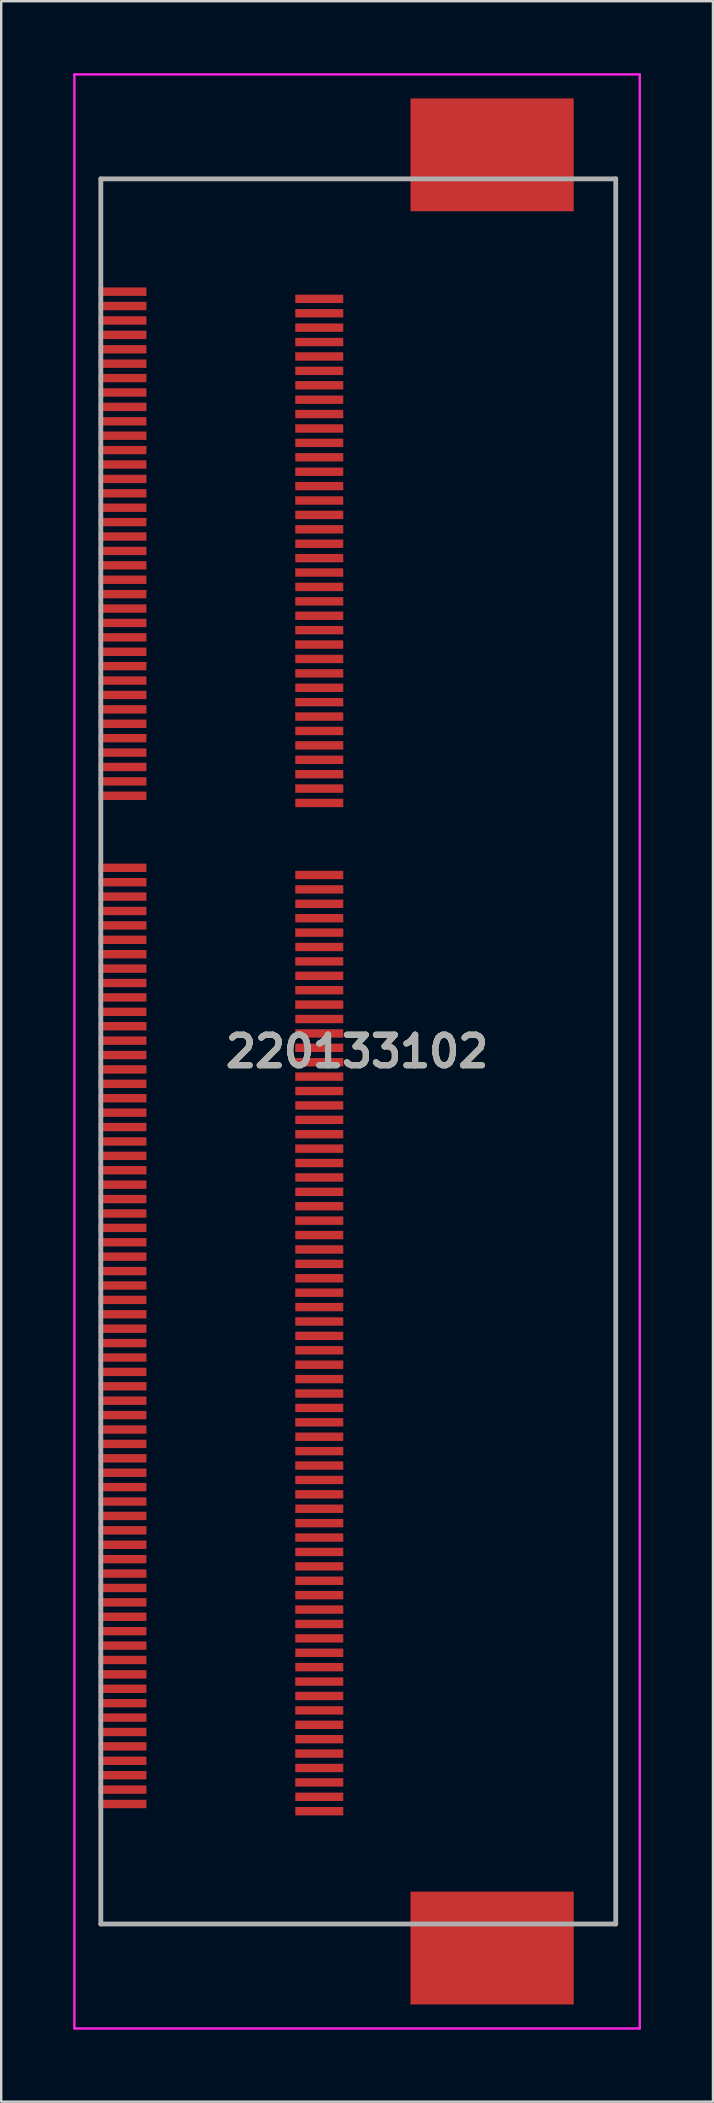
<source format=kicad_pcb>
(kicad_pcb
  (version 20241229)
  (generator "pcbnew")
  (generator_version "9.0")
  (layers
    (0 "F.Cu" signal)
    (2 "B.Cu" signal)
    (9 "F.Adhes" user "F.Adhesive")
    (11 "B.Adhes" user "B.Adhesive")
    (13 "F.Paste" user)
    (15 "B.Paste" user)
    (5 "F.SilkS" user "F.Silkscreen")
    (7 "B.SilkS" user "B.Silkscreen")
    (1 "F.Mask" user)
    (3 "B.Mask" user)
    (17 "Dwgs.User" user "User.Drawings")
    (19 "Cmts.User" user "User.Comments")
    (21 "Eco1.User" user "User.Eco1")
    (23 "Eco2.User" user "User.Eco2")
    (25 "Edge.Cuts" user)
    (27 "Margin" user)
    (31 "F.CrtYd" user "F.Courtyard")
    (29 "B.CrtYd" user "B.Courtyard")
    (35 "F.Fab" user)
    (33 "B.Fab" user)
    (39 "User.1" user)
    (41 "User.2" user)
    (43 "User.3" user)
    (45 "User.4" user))
  (footprint "220133102"
    (layer "F.Cu")
    (at 1.15 40.75)
    (property "Reference" "220133102" (at 10.675 0 0) (layer "F.SilkS") (effects (font (size 1.27 1.27) (thickness 0.254))))
    (attr through_hole)
    (fp_line (start 0 -36.35) (end 12 -36.35) (stroke (width 0.1) (type solid)) (layer "F.SilkS"))
    (fp_line (start 0 -32.5) (end 0 -36.35) (stroke (width 0.1) (type solid)) (layer "F.SilkS"))
    (fp_line (start 0 36.35) (end 0 32.5) (stroke (width 0.1) (type solid)) (layer "F.SilkS"))
    (fp_line (start 12 36.35) (end 0 36.35) (stroke (width 0.1) (type solid)) (layer "F.SilkS"))
    (fp_line (start 20.5 -36.35) (end 21.45 -36.35) (stroke (width 0.1) (type solid)) (layer "F.SilkS"))
    (fp_line (start 21.45 -36.35) (end 21.45 36.35) (stroke (width 0.1) (type solid)) (layer "F.SilkS"))
    (fp_line (start 21.45 36.35) (end 20.5 36.35) (stroke (width 0.1) (type solid)) (layer "F.SilkS"))
    (fp_line (start -1.1 -40.7) (end 22.45 -40.7) (stroke (width 0.1) (type solid)) (layer "F.CrtYd"))
    (fp_line (start -1.1 40.7) (end -1.1 -40.7) (stroke (width 0.1) (type solid)) (layer "F.CrtYd"))
    (fp_line (start 22.45 -40.7) (end 22.45 40.7) (stroke (width 0.1) (type solid)) (layer "F.CrtYd"))
    (fp_line (start 22.45 40.7) (end -1.1 40.7) (stroke (width 0.1) (type solid)) (layer "F.CrtYd"))
    (fp_line (start 0 -36.35) (end 21.45 -36.35) (stroke (width 0.2) (type solid)) (layer "F.Fab"))
    (fp_line (start 0 36.35) (end 0 -36.35) (stroke (width 0.2) (type solid)) (layer "F.Fab"))
    (fp_line (start 21.45 -36.35) (end 21.45 36.35) (stroke (width 0.2) (type solid)) (layer "F.Fab"))
    (fp_line (start 21.45 36.35) (end 0 36.35) (stroke (width 0.2) (type solid)) (layer "F.Fab"))
    (fp_text user "${REFERENCE}" (at 10.675 0 0) (layer "F.Fab") (effects (font (size 1.27 1.27) (thickness 0.254))))
    (pad "" np_thru_hole circle (at 5 -33.4) (size 0.001 0.001) (drill 1.65) (layers "*.Cu" "*.Mask"))
    (pad "" np_thru_hole circle (at 5 33.4) (size 0.001 0.001) (drill 1.65) (layers "*.Cu" "*.Mask"))
    (pad "1" smd rect (at 0.9 -31.65 90) (size 0.35 2) (layers "F.Cu" "F.Mask" "F.Paste"))
    (pad "2" smd rect (at 9.1 -31.35 90) (size 0.35 2) (layers "F.Cu" "F.Mask" "F.Paste"))
    (pad "3" smd rect (at 0.9 -31.05 90) (size 0.35 2) (layers "F.Cu" "F.Mask" "F.Paste"))
    (pad "4" smd rect (at 9.1 -30.75 90) (size 0.35 2) (layers "F.Cu" "F.Mask" "F.Paste"))
    (pad "5" smd rect (at 0.9 -30.45 90) (size 0.35 2) (layers "F.Cu" "F.Mask" "F.Paste"))
    (pad "6" smd rect (at 9.1 -30.15 90) (size 0.35 2) (layers "F.Cu" "F.Mask" "F.Paste"))
    (pad "7" smd rect (at 0.9 -29.85 90) (size 0.35 2) (layers "F.Cu" "F.Mask" "F.Paste"))
    (pad "8" smd rect (at 9.1 -29.55 90) (size 0.35 2) (layers "F.Cu" "F.Mask" "F.Paste"))
    (pad "9" smd rect (at 0.9 -29.25 90) (size 0.35 2) (layers "F.Cu" "F.Mask" "F.Paste"))
    (pad "10" smd rect (at 9.1 -28.95 90) (size 0.35 2) (layers "F.Cu" "F.Mask" "F.Paste"))
    (pad "11" smd rect (at 0.9 -28.65 90) (size 0.35 2) (layers "F.Cu" "F.Mask" "F.Paste"))
    (pad "12" smd rect (at 9.1 -28.35 90) (size 0.35 2) (layers "F.Cu" "F.Mask" "F.Paste"))
    (pad "13" smd rect (at 0.9 -28.05 90) (size 0.35 2) (layers "F.Cu" "F.Mask" "F.Paste"))
    (pad "14" smd rect (at 9.1 -27.75 90) (size 0.35 2) (layers "F.Cu" "F.Mask" "F.Paste"))
    (pad "15" smd rect (at 0.9 -27.45 90) (size 0.35 2) (layers "F.Cu" "F.Mask" "F.Paste"))
    (pad "16" smd rect (at 9.1 -27.15 90) (size 0.35 2) (layers "F.Cu" "F.Mask" "F.Paste"))
    (pad "17" smd rect (at 0.9 -26.85 90) (size 0.35 2) (layers "F.Cu" "F.Mask" "F.Paste"))
    (pad "18" smd rect (at 9.1 -26.55 90) (size 0.35 2) (layers "F.Cu" "F.Mask" "F.Paste"))
    (pad "19" smd rect (at 0.9 -26.25 90) (size 0.35 2) (layers "F.Cu" "F.Mask" "F.Paste"))
    (pad "20" smd rect (at 9.1 -25.95 90) (size 0.35 2) (layers "F.Cu" "F.Mask" "F.Paste"))
    (pad "21" smd rect (at 0.9 -25.65 90) (size 0.35 2) (layers "F.Cu" "F.Mask" "F.Paste"))
    (pad "22" smd rect (at 9.1 -25.35 90) (size 0.35 2) (layers "F.Cu" "F.Mask" "F.Paste"))
    (pad "23" smd rect (at 0.9 -25.05 90) (size 0.35 2) (layers "F.Cu" "F.Mask" "F.Paste"))
    (pad "24" smd rect (at 9.1 -24.75 90) (size 0.35 2) (layers "F.Cu" "F.Mask" "F.Paste"))
    (pad "25" smd rect (at 0.9 -24.45 90) (size 0.35 2) (layers "F.Cu" "F.Mask" "F.Paste"))
    (pad "26" smd rect (at 9.1 -24.15 90) (size 0.35 2) (layers "F.Cu" "F.Mask" "F.Paste"))
    (pad "27" smd rect (at 0.9 -23.85 90) (size 0.35 2) (layers "F.Cu" "F.Mask" "F.Paste"))
    (pad "28" smd rect (at 9.1 -23.55 90) (size 0.35 2) (layers "F.Cu" "F.Mask" "F.Paste"))
    (pad "29" smd rect (at 0.9 -23.25 90) (size 0.35 2) (layers "F.Cu" "F.Mask" "F.Paste"))
    (pad "30" smd rect (at 9.1 -22.95 90) (size 0.35 2) (layers "F.Cu" "F.Mask" "F.Paste"))
    (pad "31" smd rect (at 0.9 -22.65 90) (size 0.35 2) (layers "F.Cu" "F.Mask" "F.Paste"))
    (pad "32" smd rect (at 9.1 -22.35 90) (size 0.35 2) (layers "F.Cu" "F.Mask" "F.Paste"))
    (pad "33" smd rect (at 0.9 -22.05 90) (size 0.35 2) (layers "F.Cu" "F.Mask" "F.Paste"))
    (pad "34" smd rect (at 9.1 -21.75 90) (size 0.35 2) (layers "F.Cu" "F.Mask" "F.Paste"))
    (pad "35" smd rect (at 0.9 -21.45 90) (size 0.35 2) (layers "F.Cu" "F.Mask" "F.Paste"))
    (pad "36" smd rect (at 9.1 -21.15 90) (size 0.35 2) (layers "F.Cu" "F.Mask" "F.Paste"))
    (pad "37" smd rect (at 0.9 -20.85 90) (size 0.35 2) (layers "F.Cu" "F.Mask" "F.Paste"))
    (pad "38" smd rect (at 9.1 -20.55 90) (size 0.35 2) (layers "F.Cu" "F.Mask" "F.Paste"))
    (pad "39" smd rect (at 0.9 -20.25 90) (size 0.35 2) (layers "F.Cu" "F.Mask" "F.Paste"))
    (pad "40" smd rect (at 9.1 -19.95 90) (size 0.35 2) (layers "F.Cu" "F.Mask" "F.Paste"))
    (pad "41" smd rect (at 0.9 -19.65 90) (size 0.35 2) (layers "F.Cu" "F.Mask" "F.Paste"))
    (pad "42" smd rect (at 9.1 -19.35 90) (size 0.35 2) (layers "F.Cu" "F.Mask" "F.Paste"))
    (pad "43" smd rect (at 0.9 -19.05 90) (size 0.35 2) (layers "F.Cu" "F.Mask" "F.Paste"))
    (pad "44" smd rect (at 9.1 -18.75 90) (size 0.35 2) (layers "F.Cu" "F.Mask" "F.Paste"))
    (pad "45" smd rect (at 0.9 -18.45 90) (size 0.35 2) (layers "F.Cu" "F.Mask" "F.Paste"))
    (pad "46" smd rect (at 9.1 -18.15 90) (size 0.35 2) (layers "F.Cu" "F.Mask" "F.Paste"))
    (pad "47" smd rect (at 0.9 -17.85 90) (size 0.35 2) (layers "F.Cu" "F.Mask" "F.Paste"))
    (pad "48" smd rect (at 9.1 -17.55 90) (size 0.35 2) (layers "F.Cu" "F.Mask" "F.Paste"))
    (pad "49" smd rect (at 0.9 -17.25 90) (size 0.35 2) (layers "F.Cu" "F.Mask" "F.Paste"))
    (pad "50" smd rect (at 9.1 -16.95 90) (size 0.35 2) (layers "F.Cu" "F.Mask" "F.Paste"))
    (pad "51" smd rect (at 0.9 -16.65 90) (size 0.35 2) (layers "F.Cu" "F.Mask" "F.Paste"))
    (pad "52" smd rect (at 9.1 -16.35 90) (size 0.35 2) (layers "F.Cu" "F.Mask" "F.Paste"))
    (pad "53" smd rect (at 0.9 -16.05 90) (size 0.35 2) (layers "F.Cu" "F.Mask" "F.Paste"))
    (pad "54" smd rect (at 9.1 -15.75 90) (size 0.35 2) (layers "F.Cu" "F.Mask" "F.Paste"))
    (pad "55" smd rect (at 0.9 -15.45 90) (size 0.35 2) (layers "F.Cu" "F.Mask" "F.Paste"))
    (pad "56" smd rect (at 9.1 -15.15 90) (size 0.35 2) (layers "F.Cu" "F.Mask" "F.Paste"))
    (pad "57" smd rect (at 0.9 -14.85 90) (size 0.35 2) (layers "F.Cu" "F.Mask" "F.Paste"))
    (pad "58" smd rect (at 9.1 -14.55 90) (size 0.35 2) (layers "F.Cu" "F.Mask" "F.Paste"))
    (pad "59" smd rect (at 0.9 -14.25 90) (size 0.35 2) (layers "F.Cu" "F.Mask" "F.Paste"))
    (pad "60" smd rect (at 9.1 -13.95 90) (size 0.35 2) (layers "F.Cu" "F.Mask" "F.Paste"))
    (pad "61" smd rect (at 0.9 -13.65 90) (size 0.35 2) (layers "F.Cu" "F.Mask" "F.Paste"))
    (pad "62" smd rect (at 9.1 -13.35 90) (size 0.35 2) (layers "F.Cu" "F.Mask" "F.Paste"))
    (pad "63" smd rect (at 0.9 -13.05 90) (size 0.35 2) (layers "F.Cu" "F.Mask" "F.Paste"))
    (pad "64" smd rect (at 9.1 -12.75 90) (size 0.35 2) (layers "F.Cu" "F.Mask" "F.Paste"))
    (pad "65" smd rect (at 0.9 -12.45 90) (size 0.35 2) (layers "F.Cu" "F.Mask" "F.Paste"))
    (pad "66" smd rect (at 9.1 -12.15 90) (size 0.35 2) (layers "F.Cu" "F.Mask" "F.Paste"))
    (pad "67" smd rect (at 0.9 -11.85 90) (size 0.35 2) (layers "F.Cu" "F.Mask" "F.Paste"))
    (pad "68" smd rect (at 9.1 -11.55 90) (size 0.35 2) (layers "F.Cu" "F.Mask" "F.Paste"))
    (pad "69" smd rect (at 0.9 -11.25 90) (size 0.35 2) (layers "F.Cu" "F.Mask" "F.Paste"))
    (pad "70" smd rect (at 9.1 -10.95 90) (size 0.35 2) (layers "F.Cu" "F.Mask" "F.Paste"))
    (pad "71" smd rect (at 0.9 -10.65 90) (size 0.35 2) (layers "F.Cu" "F.Mask" "F.Paste"))
    (pad "72" smd rect (at 9.1 -10.35 90) (size 0.35 2) (layers "F.Cu" "F.Mask" "F.Paste"))
    (pad "73" smd rect (at 0.9 -7.65 90) (size 0.35 2) (layers "F.Cu" "F.Mask" "F.Paste"))
    (pad "74" smd rect (at 9.1 -7.35 90) (size 0.35 2) (layers "F.Cu" "F.Mask" "F.Paste"))
    (pad "75" smd rect (at 0.9 -7.05 90) (size 0.35 2) (layers "F.Cu" "F.Mask" "F.Paste"))
    (pad "76" smd rect (at 9.1 -6.75 90) (size 0.35 2) (layers "F.Cu" "F.Mask" "F.Paste"))
    (pad "77" smd rect (at 0.9 -6.45 90) (size 0.35 2) (layers "F.Cu" "F.Mask" "F.Paste"))
    (pad "78" smd rect (at 9.1 -6.15 90) (size 0.35 2) (layers "F.Cu" "F.Mask" "F.Paste"))
    (pad "79" smd rect (at 0.9 -5.85 90) (size 0.35 2) (layers "F.Cu" "F.Mask" "F.Paste"))
    (pad "80" smd rect (at 9.1 -5.55 90) (size 0.35 2) (layers "F.Cu" "F.Mask" "F.Paste"))
    (pad "81" smd rect (at 0.9 -5.25 90) (size 0.35 2) (layers "F.Cu" "F.Mask" "F.Paste"))
    (pad "82" smd rect (at 9.1 -4.95 90) (size 0.35 2) (layers "F.Cu" "F.Mask" "F.Paste"))
    (pad "83" smd rect (at 0.9 -4.05 90) (size 0.35 2) (layers "F.Cu" "F.Mask" "F.Paste"))
    (pad "84" smd rect (at 9.1 -4.35 90) (size 0.35 2) (layers "F.Cu" "F.Mask" "F.Paste"))
    (pad "85" smd rect (at 0.9 -3.45 90) (size 0.35 2) (layers "F.Cu" "F.Mask" "F.Paste"))
    (pad "86" smd rect (at 9.1 -3.75 90) (size 0.35 2) (layers "F.Cu" "F.Mask" "F.Paste"))
    (pad "87" smd rect (at 0.9 -4.65 90) (size 0.35 2) (layers "F.Cu" "F.Mask" "F.Paste"))
    (pad "88" smd rect (at 9.1 -3.15 90) (size 0.35 2) (layers "F.Cu" "F.Mask" "F.Paste"))
    (pad "89" smd rect (at 0.9 -2.85 90) (size 0.35 2) (layers "F.Cu" "F.Mask" "F.Paste"))
    (pad "90" smd rect (at 9.1 -2.55 90) (size 0.35 2) (layers "F.Cu" "F.Mask" "F.Paste"))
    (pad "91" smd rect (at 0.9 -2.25 90) (size 0.35 2) (layers "F.Cu" "F.Mask" "F.Paste"))
    (pad "92" smd rect (at 9.1 -1.95 90) (size 0.35 2) (layers "F.Cu" "F.Mask" "F.Paste"))
    (pad "93" smd rect (at 0.9 -1.65 90) (size 0.35 2) (layers "F.Cu" "F.Mask" "F.Paste"))
    (pad "94" smd rect (at 9.1 -1.35 90) (size 0.35 2) (layers "F.Cu" "F.Mask" "F.Paste"))
    (pad "95" smd rect (at 0.9 -1.05 90) (size 0.35 2) (layers "F.Cu" "F.Mask" "F.Paste"))
    (pad "96" smd rect (at 9.1 -0.75 90) (size 0.35 2) (layers "F.Cu" "F.Mask" "F.Paste"))
    (pad "97" smd rect (at 0.9 -0.45 90) (size 0.35 2) (layers "F.Cu" "F.Mask" "F.Paste"))
    (pad "98" smd rect (at 9.1 -0.15 90) (size 0.35 2) (layers "F.Cu" "F.Mask" "F.Paste"))
    (pad "99" smd rect (at 0.9 0.15 90) (size 0.35 2) (layers "F.Cu" "F.Mask" "F.Paste"))
    (pad "100" smd rect (at 9.1 0.45 90) (size 0.35 2) (layers "F.Cu" "F.Mask" "F.Paste"))
    (pad "101" smd rect (at 0.9 0.75 90) (size 0.35 2) (layers "F.Cu" "F.Mask" "F.Paste"))
    (pad "102" smd rect (at 9.1 1.05 90) (size 0.35 2) (layers "F.Cu" "F.Mask" "F.Paste"))
    (pad "103" smd rect (at 0.9 1.35 90) (size 0.35 2) (layers "F.Cu" "F.Mask" "F.Paste"))
    (pad "104" smd rect (at 9.1 1.65 90) (size 0.35 2) (layers "F.Cu" "F.Mask" "F.Paste"))
    (pad "105" smd rect (at 0.9 1.95 90) (size 0.35 2) (layers "F.Cu" "F.Mask" "F.Paste"))
    (pad "106" smd rect (at 9.1 2.25 90) (size 0.35 2) (layers "F.Cu" "F.Mask" "F.Paste"))
    (pad "107" smd rect (at 0.9 2.55 90) (size 0.35 2) (layers "F.Cu" "F.Mask" "F.Paste"))
    (pad "108" smd rect (at 9.1 2.85 90) (size 0.35 2) (layers "F.Cu" "F.Mask" "F.Paste"))
    (pad "109" smd rect (at 0.9 3.15 90) (size 0.35 2) (layers "F.Cu" "F.Mask" "F.Paste"))
    (pad "110" smd rect (at 9.1 3.45 90) (size 0.35 2) (layers "F.Cu" "F.Mask" "F.Paste"))
    (pad "111" smd rect (at 0.9 3.75 90) (size 0.35 2) (layers "F.Cu" "F.Mask" "F.Paste"))
    (pad "112" smd rect (at 9.1 4.05 90) (size 0.35 2) (layers "F.Cu" "F.Mask" "F.Paste"))
    (pad "113" smd rect (at 0.9 4.35 90) (size 0.35 2) (layers "F.Cu" "F.Mask" "F.Paste"))
    (pad "114" smd rect (at 9.1 4.65 90) (size 0.35 2) (layers "F.Cu" "F.Mask" "F.Paste"))
    (pad "115" smd rect (at 0.9 4.95 90) (size 0.35 2) (layers "F.Cu" "F.Mask" "F.Paste"))
    (pad "116" smd rect (at 9.1 5.25 90) (size 0.35 2) (layers "F.Cu" "F.Mask" "F.Paste"))
    (pad "117" smd rect (at 0.9 5.55 90) (size 0.35 2) (layers "F.Cu" "F.Mask" "F.Paste"))
    (pad "118" smd rect (at 9.1 5.85 90) (size 0.35 2) (layers "F.Cu" "F.Mask" "F.Paste"))
    (pad "119" smd rect (at 0.9 6.15 90) (size 0.35 2) (layers "F.Cu" "F.Mask" "F.Paste"))
    (pad "120" smd rect (at 9.1 6.45 90) (size 0.35 2) (layers "F.Cu" "F.Mask" "F.Paste"))
    (pad "121" smd rect (at 0.9 6.75 90) (size 0.35 2) (layers "F.Cu" "F.Mask" "F.Paste"))
    (pad "122" smd rect (at 9.1 7.05 90) (size 0.35 2) (layers "F.Cu" "F.Mask" "F.Paste"))
    (pad "123" smd rect (at 0.9 7.35 90) (size 0.35 2) (layers "F.Cu" "F.Mask" "F.Paste"))
    (pad "124" smd rect (at 9.1 7.65 90) (size 0.35 2) (layers "F.Cu" "F.Mask" "F.Paste"))
    (pad "125" smd rect (at 0.9 7.95 90) (size 0.35 2) (layers "F.Cu" "F.Mask" "F.Paste"))
    (pad "126" smd rect (at 9.1 8.25 90) (size 0.35 2) (layers "F.Cu" "F.Mask" "F.Paste"))
    (pad "127" smd rect (at 0.9 8.55 90) (size 0.35 2) (layers "F.Cu" "F.Mask" "F.Paste"))
    (pad "128" smd rect (at 9.1 8.85 90) (size 0.35 2) (layers "F.Cu" "F.Mask" "F.Paste"))
    (pad "129" smd rect (at 0.9 9.15 90) (size 0.35 2) (layers "F.Cu" "F.Mask" "F.Paste"))
    (pad "130" smd rect (at 9.1 9.45 90) (size 0.35 2) (layers "F.Cu" "F.Mask" "F.Paste"))
    (pad "131" smd rect (at 0.9 9.75 90) (size 0.35 2) (layers "F.Cu" "F.Mask" "F.Paste"))
    (pad "132" smd rect (at 9.1 10.05 90) (size 0.35 2) (layers "F.Cu" "F.Mask" "F.Paste"))
    (pad "133" smd rect (at 0.9 10.35 90) (size 0.35 2) (layers "F.Cu" "F.Mask" "F.Paste"))
    (pad "134" smd rect (at 9.1 10.65 90) (size 0.35 2) (layers "F.Cu" "F.Mask" "F.Paste"))
    (pad "135" smd rect (at 0.9 10.95 90) (size 0.35 2) (layers "F.Cu" "F.Mask" "F.Paste"))
    (pad "136" smd rect (at 9.1 11.25 90) (size 0.35 2) (layers "F.Cu" "F.Mask" "F.Paste"))
    (pad "137" smd rect (at 0.9 11.55 90) (size 0.35 2) (layers "F.Cu" "F.Mask" "F.Paste"))
    (pad "138" smd rect (at 9.1 11.85 90) (size 0.35 2) (layers "F.Cu" "F.Mask" "F.Paste"))
    (pad "139" smd rect (at 0.9 12.15 90) (size 0.35 2) (layers "F.Cu" "F.Mask" "F.Paste"))
    (pad "140" smd rect (at 9.1 12.45 90) (size 0.35 2) (layers "F.Cu" "F.Mask" "F.Paste"))
    (pad "141" smd rect (at 0.9 12.75 90) (size 0.35 2) (layers "F.Cu" "F.Mask" "F.Paste"))
    (pad "142" smd rect (at 9.1 13.05 90) (size 0.35 2) (layers "F.Cu" "F.Mask" "F.Paste"))
    (pad "143" smd rect (at 0.9 13.35 90) (size 0.35 2) (layers "F.Cu" "F.Mask" "F.Paste"))
    (pad "144" smd rect (at 9.1 13.65 90) (size 0.35 2) (layers "F.Cu" "F.Mask" "F.Paste"))
    (pad "145" smd rect (at 0.9 13.95 90) (size 0.35 2) (layers "F.Cu" "F.Mask" "F.Paste"))
    (pad "146" smd rect (at 9.1 14.25 90) (size 0.35 2) (layers "F.Cu" "F.Mask" "F.Paste"))
    (pad "147" smd rect (at 0.9 14.55 90) (size 0.35 2) (layers "F.Cu" "F.Mask" "F.Paste"))
    (pad "148" smd rect (at 9.1 14.85 90) (size 0.35 2) (layers "F.Cu" "F.Mask" "F.Paste"))
    (pad "149" smd rect (at 0.9 15.15 90) (size 0.35 2) (layers "F.Cu" "F.Mask" "F.Paste"))
    (pad "150" smd rect (at 9.1 15.45 90) (size 0.35 2) (layers "F.Cu" "F.Mask" "F.Paste"))
    (pad "151" smd rect (at 0.9 15.75 90) (size 0.35 2) (layers "F.Cu" "F.Mask" "F.Paste"))
    (pad "152" smd rect (at 9.1 16.05 90) (size 0.35 2) (layers "F.Cu" "F.Mask" "F.Paste"))
    (pad "153" smd rect (at 0.9 16.35 90) (size 0.35 2) (layers "F.Cu" "F.Mask" "F.Paste"))
    (pad "154" smd rect (at 9.1 16.65 90) (size 0.35 2) (layers "F.Cu" "F.Mask" "F.Paste"))
    (pad "155" smd rect (at 0.9 16.95 90) (size 0.35 2) (layers "F.Cu" "F.Mask" "F.Paste"))
    (pad "156" smd rect (at 9.1 17.25 90) (size 0.35 2) (layers "F.Cu" "F.Mask" "F.Paste"))
    (pad "157" smd rect (at 0.9 17.55 90) (size 0.35 2) (layers "F.Cu" "F.Mask" "F.Paste"))
    (pad "158" smd rect (at 9.1 17.85 90) (size 0.35 2) (layers "F.Cu" "F.Mask" "F.Paste"))
    (pad "159" smd rect (at 0.9 18.15 90) (size 0.35 2) (layers "F.Cu" "F.Mask" "F.Paste"))
    (pad "160" smd rect (at 9.1 18.45 90) (size 0.35 2) (layers "F.Cu" "F.Mask" "F.Paste"))
    (pad "161" smd rect (at 0.9 18.75 90) (size 0.35 2) (layers "F.Cu" "F.Mask" "F.Paste"))
    (pad "162" smd rect (at 9.1 19.05 90) (size 0.35 2) (layers "F.Cu" "F.Mask" "F.Paste"))
    (pad "163" smd rect (at 0.9 19.35 90) (size 0.35 2) (layers "F.Cu" "F.Mask" "F.Paste"))
    (pad "164" smd rect (at 9.1 19.65 90) (size 0.35 2) (layers "F.Cu" "F.Mask" "F.Paste"))
    (pad "165" smd rect (at 0.9 19.95 90) (size 0.35 2) (layers "F.Cu" "F.Mask" "F.Paste"))
    (pad "166" smd rect (at 9.1 20.25 90) (size 0.35 2) (layers "F.Cu" "F.Mask" "F.Paste"))
    (pad "167" smd rect (at 0.9 20.55 90) (size 0.35 2) (layers "F.Cu" "F.Mask" "F.Paste"))
    (pad "168" smd rect (at 9.1 20.85 90) (size 0.35 2) (layers "F.Cu" "F.Mask" "F.Paste"))
    (pad "169" smd rect (at 0.9 21.15 90) (size 0.35 2) (layers "F.Cu" "F.Mask" "F.Paste"))
    (pad "170" smd rect (at 9.1 21.45 90) (size 0.35 2) (layers "F.Cu" "F.Mask" "F.Paste"))
    (pad "171" smd rect (at 0.9 21.75 90) (size 0.35 2) (layers "F.Cu" "F.Mask" "F.Paste"))
    (pad "172" smd rect (at 9.1 22.05 90) (size 0.35 2) (layers "F.Cu" "F.Mask" "F.Paste"))
    (pad "173" smd rect (at 0.9 22.35 90) (size 0.35 2) (layers "F.Cu" "F.Mask" "F.Paste"))
    (pad "174" smd rect (at 9.1 22.65 90) (size 0.35 2) (layers "F.Cu" "F.Mask" "F.Paste"))
    (pad "175" smd rect (at 0.9 22.95 90) (size 0.35 2) (layers "F.Cu" "F.Mask" "F.Paste"))
    (pad "176" smd rect (at 9.1 23.25 90) (size 0.35 2) (layers "F.Cu" "F.Mask" "F.Paste"))
    (pad "177" smd rect (at 0.9 23.55 90) (size 0.35 2) (layers "F.Cu" "F.Mask" "F.Paste"))
    (pad "178" smd rect (at 9.1 23.85 90) (size 0.35 2) (layers "F.Cu" "F.Mask" "F.Paste"))
    (pad "179" smd rect (at 0.9 24.15 90) (size 0.35 2) (layers "F.Cu" "F.Mask" "F.Paste"))
    (pad "180" smd rect (at 9.1 24.45 90) (size 0.35 2) (layers "F.Cu" "F.Mask" "F.Paste"))
    (pad "181" smd rect (at 0.9 24.75 90) (size 0.35 2) (layers "F.Cu" "F.Mask" "F.Paste"))
    (pad "182" smd rect (at 9.1 25.05 90) (size 0.35 2) (layers "F.Cu" "F.Mask" "F.Paste"))
    (pad "183" smd rect (at 0.9 25.35 90) (size 0.35 2) (layers "F.Cu" "F.Mask" "F.Paste"))
    (pad "184" smd rect (at 9.1 25.65 90) (size 0.35 2) (layers "F.Cu" "F.Mask" "F.Paste"))
    (pad "185" smd rect (at 0.9 25.95 90) (size 0.35 2) (layers "F.Cu" "F.Mask" "F.Paste"))
    (pad "186" smd rect (at 9.1 26.25 90) (size 0.35 2) (layers "F.Cu" "F.Mask" "F.Paste"))
    (pad "187" smd rect (at 0.9 26.55 90) (size 0.35 2) (layers "F.Cu" "F.Mask" "F.Paste"))
    (pad "188" smd rect (at 9.1 26.85 90) (size 0.35 2) (layers "F.Cu" "F.Mask" "F.Paste"))
    (pad "189" smd rect (at 0.9 27.15 90) (size 0.35 2) (layers "F.Cu" "F.Mask" "F.Paste"))
    (pad "190" smd rect (at 9.1 27.45 90) (size 0.35 2) (layers "F.Cu" "F.Mask" "F.Paste"))
    (pad "191" smd rect (at 0.9 27.75 90) (size 0.35 2) (layers "F.Cu" "F.Mask" "F.Paste"))
    (pad "192" smd rect (at 9.1 28.05 90) (size 0.35 2) (layers "F.Cu" "F.Mask" "F.Paste"))
    (pad "193" smd rect (at 0.9 28.35 90) (size 0.35 2) (layers "F.Cu" "F.Mask" "F.Paste"))
    (pad "194" smd rect (at 9.1 28.65 90) (size 0.35 2) (layers "F.Cu" "F.Mask" "F.Paste"))
    (pad "195" smd rect (at 0.9 28.95 90) (size 0.35 2) (layers "F.Cu" "F.Mask" "F.Paste"))
    (pad "196" smd rect (at 9.1 29.25 90) (size 0.35 2) (layers "F.Cu" "F.Mask" "F.Paste"))
    (pad "197" smd rect (at 0.9 29.55 90) (size 0.35 2) (layers "F.Cu" "F.Mask" "F.Paste"))
    (pad "198" smd rect (at 9.1 29.85 90) (size 0.35 2) (layers "F.Cu" "F.Mask" "F.Paste"))
    (pad "199" smd rect (at 0.9 30.15 90) (size 0.35 2) (layers "F.Cu" "F.Mask" "F.Paste"))
    (pad "200" smd rect (at 9.1 30.45 90) (size 0.35 2) (layers "F.Cu" "F.Mask" "F.Paste"))
    (pad "201" smd rect (at 0.9 30.75 90) (size 0.35 2) (layers "F.Cu" "F.Mask" "F.Paste"))
    (pad "202" smd rect (at 9.1 31.05 90) (size 0.35 2) (layers "F.Cu" "F.Mask" "F.Paste"))
    (pad "203" smd rect (at 0.9 31.35 90) (size 0.35 2) (layers "F.Cu" "F.Mask" "F.Paste"))
    (pad "204" smd rect (at 9.1 31.65 90) (size 0.35 2) (layers "F.Cu" "F.Mask" "F.Paste"))
    (pad "MP1" smd rect (at 16.3 -37.35 90) (size 4.7 6.8) (layers "F.Cu" "F.Mask" "F.Paste"))
    (pad "MP2" smd rect (at 16.3 37.35 90) (size 4.7 6.8) (layers "F.Cu" "F.Mask" "F.Paste")))
  (gr_rect
    (start -3 -3)
    (end 26.65 84.5)
    (stroke (width 0.1) (type default))
    (fill no)
    (layer "Edge.Cuts")))
</source>
